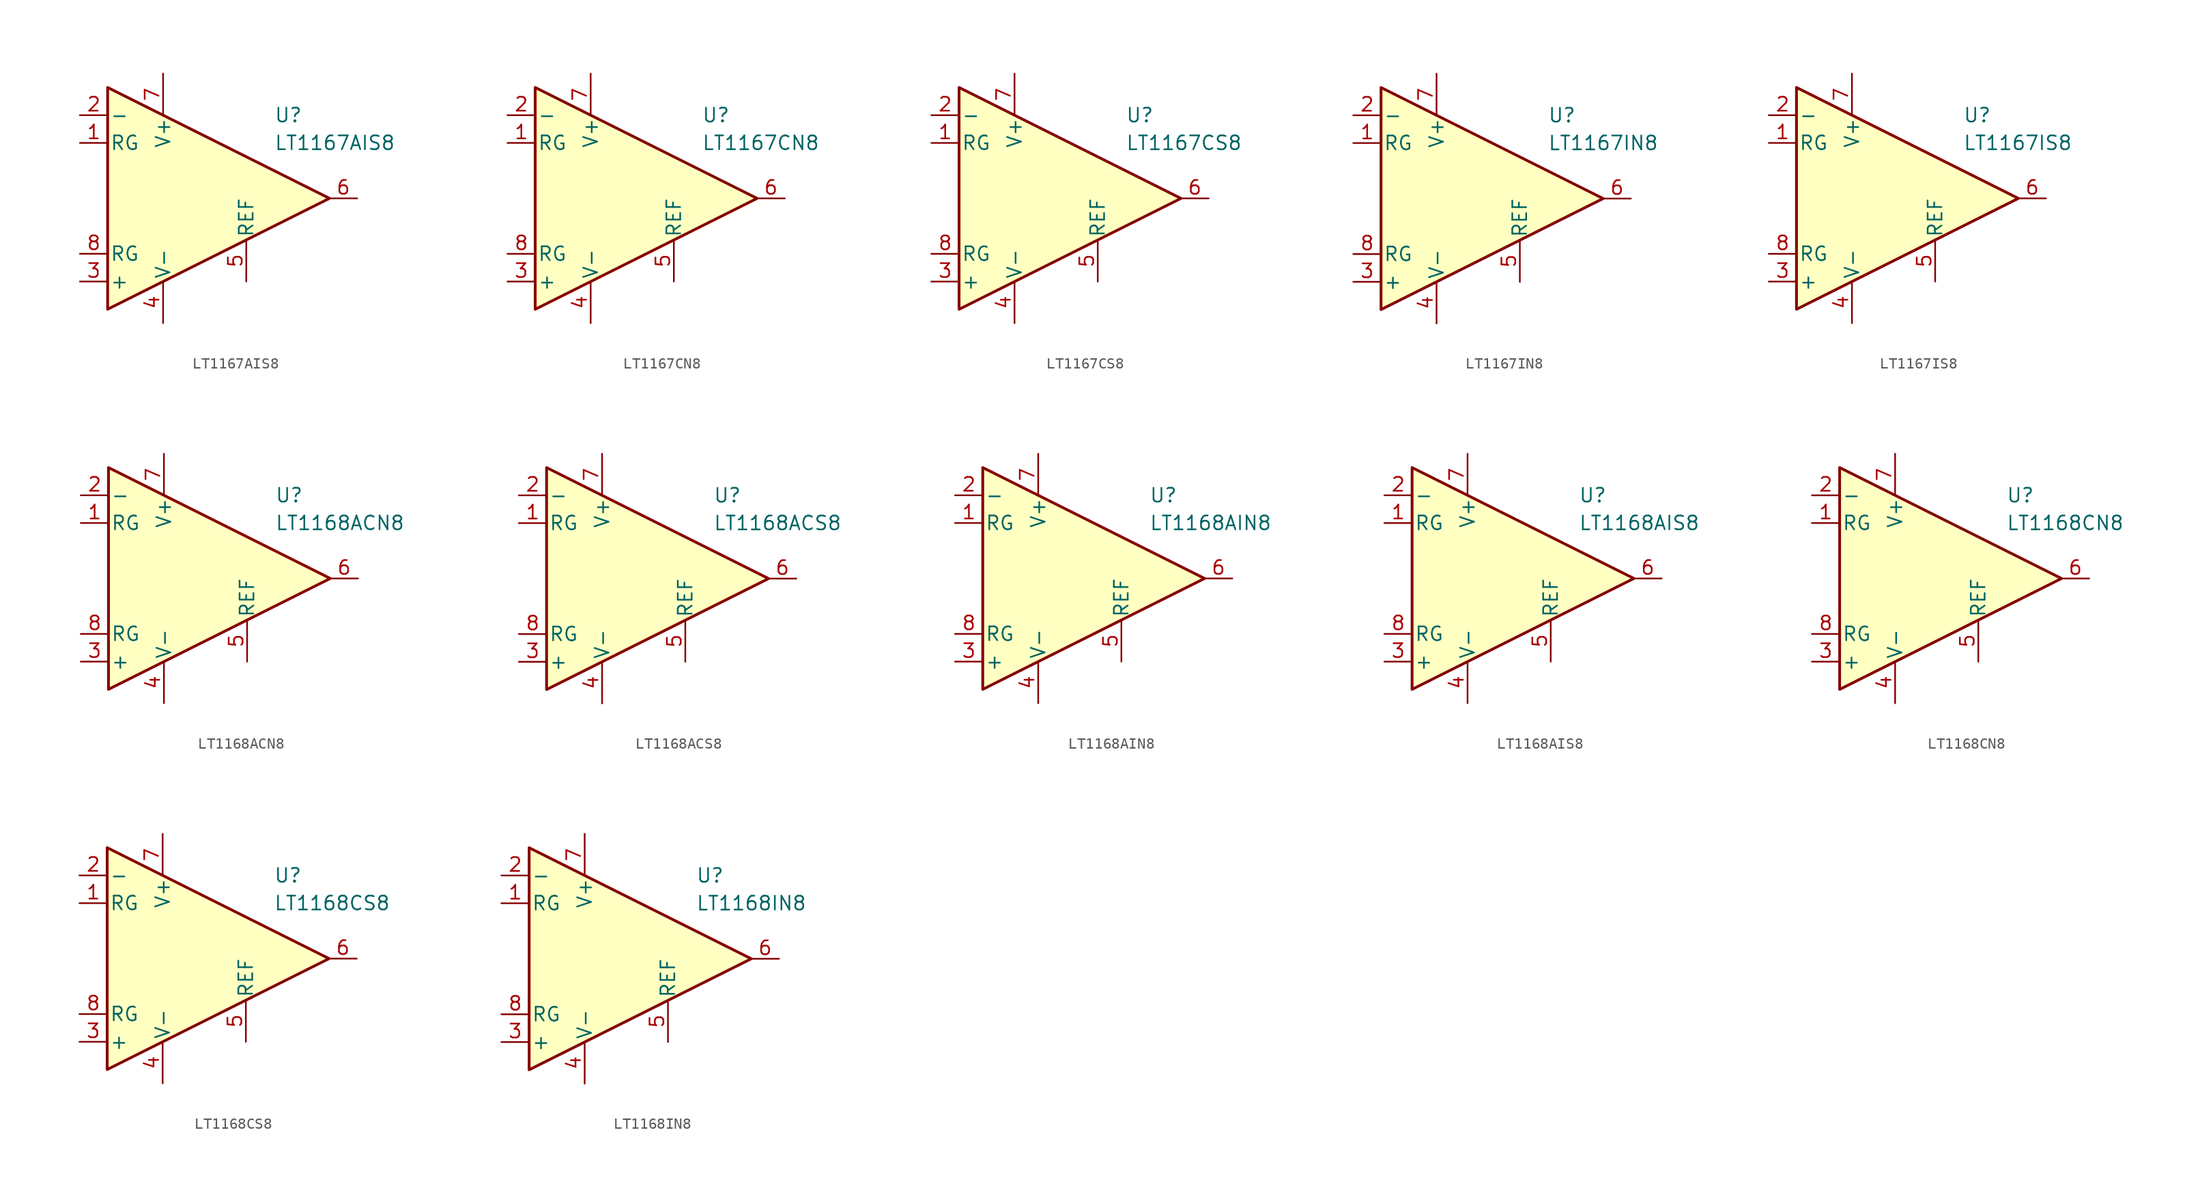
<source format=kicad_sym>
(kicad_symbol_lib
  (version 20211014)
  (generator kicad_symbol_editor)
  (symbol "LT1167AIS8"
    (pin_names
      (offset 0.2))
    (property "Reference" "U"
      (at 6.35 7.62 0)
      (effects (font (size 1.27 1.27)) (justify left)))
    (property "Value" "LT1167AIS8"
      (at 6.35 5.08 0)
      (effects (font (size 1.27 1.27)) (justify left)))
    (symbol "LT1167AIS8_0_1"
      (polyline (pts (xy -8.89 10.16) (xy -8.89 -10.16) (xy 11.43 0) (xy -8.89 10.16)) (stroke (width 0.254) (type default) (color 0 0 0 0)) (fill (type background))))
    (symbol "LT1167AIS8_1_1"
      (pin passive line (at -11.43 5.08 0) (length 2.54) (name "RG" (effects (font (size 1.27 1.27)))) (number "1" (effects (font (size 1.27 1.27)))))
      (pin input line (at -11.43 7.62 0) (length 2.54) (name "-" (effects (font (size 1.27 1.27)))) (number "2" (effects (font (size 1.27 1.27)))))
      (pin input line (at -11.43 -7.62 0) (length 2.54) (name "+" (effects (font (size 1.27 1.27)))) (number "3" (effects (font (size 1.27 1.27)))))
      (pin power_in line (at -3.81 -11.43 90) (length 3.81) (name "V-" (effects (font (size 1.27 1.27)))) (number "4" (effects (font (size 1.27 1.27)))))
      (pin input line (at 3.81 -7.62 90) (length 3.81) (name "REF" (effects (font (size 1.27 1.27)))) (number "5" (effects (font (size 1.27 1.27)))))
      (pin output line (at 13.97 0 180) (length 2.54) (name "~" (effects (font (size 1.27 1.27)))) (number "6" (effects (font (size 1.27 1.27)))))
      (pin power_in line (at -3.81 11.43 270) (length 3.81) (name "V+" (effects (font (size 1.27 1.27)))) (number "7" (effects (font (size 1.27 1.27)))))
      (pin passive line (at -11.43 -5.08 0) (length 2.54) (name "RG" (effects (font (size 1.27 1.27)))) (number "8" (effects (font (size 1.27 1.27)))))))
  (symbol "LT1167CN8"
    (pin_names
      (offset 0.2))
    (property "Reference" "U"
      (at 6.35 7.62 0)
      (effects (font (size 1.27 1.27)) (justify left)))
    (property "Value" "LT1167CN8"
      (at 6.35 5.08 0)
      (effects (font (size 1.27 1.27)) (justify left)))
    (symbol "LT1167CN8_0_1"
      (polyline (pts (xy -8.89 10.16) (xy -8.89 -10.16) (xy 11.43 0) (xy -8.89 10.16)) (stroke (width 0.254) (type default) (color 0 0 0 0)) (fill (type background))))
    (symbol "LT1167CN8_1_1"
      (pin passive line (at -11.43 5.08 0) (length 2.54) (name "RG" (effects (font (size 1.27 1.27)))) (number "1" (effects (font (size 1.27 1.27)))))
      (pin input line (at -11.43 7.62 0) (length 2.54) (name "-" (effects (font (size 1.27 1.27)))) (number "2" (effects (font (size 1.27 1.27)))))
      (pin input line (at -11.43 -7.62 0) (length 2.54) (name "+" (effects (font (size 1.27 1.27)))) (number "3" (effects (font (size 1.27 1.27)))))
      (pin power_in line (at -3.81 -11.43 90) (length 3.81) (name "V-" (effects (font (size 1.27 1.27)))) (number "4" (effects (font (size 1.27 1.27)))))
      (pin input line (at 3.81 -7.62 90) (length 3.81) (name "REF" (effects (font (size 1.27 1.27)))) (number "5" (effects (font (size 1.27 1.27)))))
      (pin output line (at 13.97 0 180) (length 2.54) (name "~" (effects (font (size 1.27 1.27)))) (number "6" (effects (font (size 1.27 1.27)))))
      (pin power_in line (at -3.81 11.43 270) (length 3.81) (name "V+" (effects (font (size 1.27 1.27)))) (number "7" (effects (font (size 1.27 1.27)))))
      (pin passive line (at -11.43 -5.08 0) (length 2.54) (name "RG" (effects (font (size 1.27 1.27)))) (number "8" (effects (font (size 1.27 1.27)))))))
  (symbol "LT1167CS8"
    (pin_names
      (offset 0.2))
    (property "Reference" "U"
      (at 6.35 7.62 0)
      (effects (font (size 1.27 1.27)) (justify left)))
    (property "Value" "LT1167CS8"
      (at 6.35 5.08 0)
      (effects (font (size 1.27 1.27)) (justify left)))
    (symbol "LT1167CS8_0_1"
      (polyline (pts (xy -8.89 10.16) (xy -8.89 -10.16) (xy 11.43 0) (xy -8.89 10.16)) (stroke (width 0.254) (type default) (color 0 0 0 0)) (fill (type background))))
    (symbol "LT1167CS8_1_1"
      (pin passive line (at -11.43 5.08 0) (length 2.54) (name "RG" (effects (font (size 1.27 1.27)))) (number "1" (effects (font (size 1.27 1.27)))))
      (pin input line (at -11.43 7.62 0) (length 2.54) (name "-" (effects (font (size 1.27 1.27)))) (number "2" (effects (font (size 1.27 1.27)))))
      (pin input line (at -11.43 -7.62 0) (length 2.54) (name "+" (effects (font (size 1.27 1.27)))) (number "3" (effects (font (size 1.27 1.27)))))
      (pin power_in line (at -3.81 -11.43 90) (length 3.81) (name "V-" (effects (font (size 1.27 1.27)))) (number "4" (effects (font (size 1.27 1.27)))))
      (pin input line (at 3.81 -7.62 90) (length 3.81) (name "REF" (effects (font (size 1.27 1.27)))) (number "5" (effects (font (size 1.27 1.27)))))
      (pin output line (at 13.97 0 180) (length 2.54) (name "~" (effects (font (size 1.27 1.27)))) (number "6" (effects (font (size 1.27 1.27)))))
      (pin power_in line (at -3.81 11.43 270) (length 3.81) (name "V+" (effects (font (size 1.27 1.27)))) (number "7" (effects (font (size 1.27 1.27)))))
      (pin passive line (at -11.43 -5.08 0) (length 2.54) (name "RG" (effects (font (size 1.27 1.27)))) (number "8" (effects (font (size 1.27 1.27)))))))
  (symbol "LT1167IN8"
    (pin_names
      (offset 0.2))
    (property "Reference" "U"
      (at 6.35 7.62 0)
      (effects (font (size 1.27 1.27)) (justify left)))
    (property "Value" "LT1167IN8"
      (at 6.35 5.08 0)
      (effects (font (size 1.27 1.27)) (justify left)))
    (symbol "LT1167IN8_0_1"
      (polyline (pts (xy -8.89 10.16) (xy -8.89 -10.16) (xy 11.43 0) (xy -8.89 10.16)) (stroke (width 0.254) (type default) (color 0 0 0 0)) (fill (type background))))
    (symbol "LT1167IN8_1_1"
      (pin passive line (at -11.43 5.08 0) (length 2.54) (name "RG" (effects (font (size 1.27 1.27)))) (number "1" (effects (font (size 1.27 1.27)))))
      (pin input line (at -11.43 7.62 0) (length 2.54) (name "-" (effects (font (size 1.27 1.27)))) (number "2" (effects (font (size 1.27 1.27)))))
      (pin input line (at -11.43 -7.62 0) (length 2.54) (name "+" (effects (font (size 1.27 1.27)))) (number "3" (effects (font (size 1.27 1.27)))))
      (pin power_in line (at -3.81 -11.43 90) (length 3.81) (name "V-" (effects (font (size 1.27 1.27)))) (number "4" (effects (font (size 1.27 1.27)))))
      (pin input line (at 3.81 -7.62 90) (length 3.81) (name "REF" (effects (font (size 1.27 1.27)))) (number "5" (effects (font (size 1.27 1.27)))))
      (pin output line (at 13.97 0 180) (length 2.54) (name "~" (effects (font (size 1.27 1.27)))) (number "6" (effects (font (size 1.27 1.27)))))
      (pin power_in line (at -3.81 11.43 270) (length 3.81) (name "V+" (effects (font (size 1.27 1.27)))) (number "7" (effects (font (size 1.27 1.27)))))
      (pin passive line (at -11.43 -5.08 0) (length 2.54) (name "RG" (effects (font (size 1.27 1.27)))) (number "8" (effects (font (size 1.27 1.27)))))))
  (symbol "LT1167IS8"
    (pin_names
      (offset 0.2))
    (property "Reference" "U"
      (at 6.35 7.62 0)
      (effects (font (size 1.27 1.27)) (justify left)))
    (property "Value" "LT1167IS8"
      (at 6.35 5.08 0)
      (effects (font (size 1.27 1.27)) (justify left)))
    (symbol "LT1167IS8_0_1"
      (polyline (pts (xy -8.89 10.16) (xy -8.89 -10.16) (xy 11.43 0) (xy -8.89 10.16)) (stroke (width 0.254) (type default) (color 0 0 0 0)) (fill (type background))))
    (symbol "LT1167IS8_1_1"
      (pin passive line (at -11.43 5.08 0) (length 2.54) (name "RG" (effects (font (size 1.27 1.27)))) (number "1" (effects (font (size 1.27 1.27)))))
      (pin input line (at -11.43 7.62 0) (length 2.54) (name "-" (effects (font (size 1.27 1.27)))) (number "2" (effects (font (size 1.27 1.27)))))
      (pin input line (at -11.43 -7.62 0) (length 2.54) (name "+" (effects (font (size 1.27 1.27)))) (number "3" (effects (font (size 1.27 1.27)))))
      (pin power_in line (at -3.81 -11.43 90) (length 3.81) (name "V-" (effects (font (size 1.27 1.27)))) (number "4" (effects (font (size 1.27 1.27)))))
      (pin input line (at 3.81 -7.62 90) (length 3.81) (name "REF" (effects (font (size 1.27 1.27)))) (number "5" (effects (font (size 1.27 1.27)))))
      (pin output line (at 13.97 0 180) (length 2.54) (name "~" (effects (font (size 1.27 1.27)))) (number "6" (effects (font (size 1.27 1.27)))))
      (pin power_in line (at -3.81 11.43 270) (length 3.81) (name "V+" (effects (font (size 1.27 1.27)))) (number "7" (effects (font (size 1.27 1.27)))))
      (pin passive line (at -11.43 -5.08 0) (length 2.54) (name "RG" (effects (font (size 1.27 1.27)))) (number "8" (effects (font (size 1.27 1.27)))))))
  (symbol "LT1168ACN8"
    (pin_names
      (offset 0.2))
    (property "Reference" "U"
      (at 6.35 7.62 0)
      (effects (font (size 1.27 1.27)) (justify left)))
    (property "Value" "LT1168ACN8"
      (at 6.35 5.08 0)
      (effects (font (size 1.27 1.27)) (justify left)))
    (symbol "LT1168ACN8_0_1"
      (polyline (pts (xy -8.89 10.16) (xy -8.89 -10.16) (xy 11.43 0) (xy -8.89 10.16)) (stroke (width 0.254) (type default) (color 0 0 0 0)) (fill (type background))))
    (symbol "LT1168ACN8_1_1"
      (pin passive line (at -11.43 5.08 0) (length 2.54) (name "RG" (effects (font (size 1.27 1.27)))) (number "1" (effects (font (size 1.27 1.27)))))
      (pin input line (at -11.43 7.62 0) (length 2.54) (name "-" (effects (font (size 1.27 1.27)))) (number "2" (effects (font (size 1.27 1.27)))))
      (pin input line (at -11.43 -7.62 0) (length 2.54) (name "+" (effects (font (size 1.27 1.27)))) (number "3" (effects (font (size 1.27 1.27)))))
      (pin power_in line (at -3.81 -11.43 90) (length 3.81) (name "V-" (effects (font (size 1.27 1.27)))) (number "4" (effects (font (size 1.27 1.27)))))
      (pin input line (at 3.81 -7.62 90) (length 3.81) (name "REF" (effects (font (size 1.27 1.27)))) (number "5" (effects (font (size 1.27 1.27)))))
      (pin output line (at 13.97 0 180) (length 2.54) (name "~" (effects (font (size 1.27 1.27)))) (number "6" (effects (font (size 1.27 1.27)))))
      (pin power_in line (at -3.81 11.43 270) (length 3.81) (name "V+" (effects (font (size 1.27 1.27)))) (number "7" (effects (font (size 1.27 1.27)))))
      (pin passive line (at -11.43 -5.08 0) (length 2.54) (name "RG" (effects (font (size 1.27 1.27)))) (number "8" (effects (font (size 1.27 1.27)))))))
  (symbol "LT1168ACS8"
    (pin_names
      (offset 0.2))
    (property "Reference" "U"
      (at 6.35 7.62 0)
      (effects (font (size 1.27 1.27)) (justify left)))
    (property "Value" "LT1168ACS8"
      (at 6.35 5.08 0)
      (effects (font (size 1.27 1.27)) (justify left)))
    (symbol "LT1168ACS8_0_1"
      (polyline (pts (xy -8.89 10.16) (xy -8.89 -10.16) (xy 11.43 0) (xy -8.89 10.16)) (stroke (width 0.254) (type default) (color 0 0 0 0)) (fill (type background))))
    (symbol "LT1168ACS8_1_1"
      (pin passive line (at -11.43 5.08 0) (length 2.54) (name "RG" (effects (font (size 1.27 1.27)))) (number "1" (effects (font (size 1.27 1.27)))))
      (pin input line (at -11.43 7.62 0) (length 2.54) (name "-" (effects (font (size 1.27 1.27)))) (number "2" (effects (font (size 1.27 1.27)))))
      (pin input line (at -11.43 -7.62 0) (length 2.54) (name "+" (effects (font (size 1.27 1.27)))) (number "3" (effects (font (size 1.27 1.27)))))
      (pin power_in line (at -3.81 -11.43 90) (length 3.81) (name "V-" (effects (font (size 1.27 1.27)))) (number "4" (effects (font (size 1.27 1.27)))))
      (pin input line (at 3.81 -7.62 90) (length 3.81) (name "REF" (effects (font (size 1.27 1.27)))) (number "5" (effects (font (size 1.27 1.27)))))
      (pin output line (at 13.97 0 180) (length 2.54) (name "~" (effects (font (size 1.27 1.27)))) (number "6" (effects (font (size 1.27 1.27)))))
      (pin power_in line (at -3.81 11.43 270) (length 3.81) (name "V+" (effects (font (size 1.27 1.27)))) (number "7" (effects (font (size 1.27 1.27)))))
      (pin passive line (at -11.43 -5.08 0) (length 2.54) (name "RG" (effects (font (size 1.27 1.27)))) (number "8" (effects (font (size 1.27 1.27)))))))
  (symbol "LT1168AIN8"
    (pin_names
      (offset 0.2))
    (property "Reference" "U"
      (at 6.35 7.62 0)
      (effects (font (size 1.27 1.27)) (justify left)))
    (property "Value" "LT1168AIN8"
      (at 6.35 5.08 0)
      (effects (font (size 1.27 1.27)) (justify left)))
    (symbol "LT1168AIN8_0_1"
      (polyline (pts (xy -8.89 10.16) (xy -8.89 -10.16) (xy 11.43 0) (xy -8.89 10.16)) (stroke (width 0.254) (type default) (color 0 0 0 0)) (fill (type background))))
    (symbol "LT1168AIN8_1_1"
      (pin passive line (at -11.43 5.08 0) (length 2.54) (name "RG" (effects (font (size 1.27 1.27)))) (number "1" (effects (font (size 1.27 1.27)))))
      (pin input line (at -11.43 7.62 0) (length 2.54) (name "-" (effects (font (size 1.27 1.27)))) (number "2" (effects (font (size 1.27 1.27)))))
      (pin input line (at -11.43 -7.62 0) (length 2.54) (name "+" (effects (font (size 1.27 1.27)))) (number "3" (effects (font (size 1.27 1.27)))))
      (pin power_in line (at -3.81 -11.43 90) (length 3.81) (name "V-" (effects (font (size 1.27 1.27)))) (number "4" (effects (font (size 1.27 1.27)))))
      (pin input line (at 3.81 -7.62 90) (length 3.81) (name "REF" (effects (font (size 1.27 1.27)))) (number "5" (effects (font (size 1.27 1.27)))))
      (pin output line (at 13.97 0 180) (length 2.54) (name "~" (effects (font (size 1.27 1.27)))) (number "6" (effects (font (size 1.27 1.27)))))
      (pin power_in line (at -3.81 11.43 270) (length 3.81) (name "V+" (effects (font (size 1.27 1.27)))) (number "7" (effects (font (size 1.27 1.27)))))
      (pin passive line (at -11.43 -5.08 0) (length 2.54) (name "RG" (effects (font (size 1.27 1.27)))) (number "8" (effects (font (size 1.27 1.27)))))))
  (symbol "LT1168AIS8"
    (pin_names
      (offset 0.2))
    (property "Reference" "U"
      (at 6.35 7.62 0)
      (effects (font (size 1.27 1.27)) (justify left)))
    (property "Value" "LT1168AIS8"
      (at 6.35 5.08 0)
      (effects (font (size 1.27 1.27)) (justify left)))
    (symbol "LT1168AIS8_0_1"
      (polyline (pts (xy -8.89 10.16) (xy -8.89 -10.16) (xy 11.43 0) (xy -8.89 10.16)) (stroke (width 0.254) (type default) (color 0 0 0 0)) (fill (type background))))
    (symbol "LT1168AIS8_1_1"
      (pin passive line (at -11.43 5.08 0) (length 2.54) (name "RG" (effects (font (size 1.27 1.27)))) (number "1" (effects (font (size 1.27 1.27)))))
      (pin input line (at -11.43 7.62 0) (length 2.54) (name "-" (effects (font (size 1.27 1.27)))) (number "2" (effects (font (size 1.27 1.27)))))
      (pin input line (at -11.43 -7.62 0) (length 2.54) (name "+" (effects (font (size 1.27 1.27)))) (number "3" (effects (font (size 1.27 1.27)))))
      (pin power_in line (at -3.81 -11.43 90) (length 3.81) (name "V-" (effects (font (size 1.27 1.27)))) (number "4" (effects (font (size 1.27 1.27)))))
      (pin input line (at 3.81 -7.62 90) (length 3.81) (name "REF" (effects (font (size 1.27 1.27)))) (number "5" (effects (font (size 1.27 1.27)))))
      (pin output line (at 13.97 0 180) (length 2.54) (name "~" (effects (font (size 1.27 1.27)))) (number "6" (effects (font (size 1.27 1.27)))))
      (pin power_in line (at -3.81 11.43 270) (length 3.81) (name "V+" (effects (font (size 1.27 1.27)))) (number "7" (effects (font (size 1.27 1.27)))))
      (pin passive line (at -11.43 -5.08 0) (length 2.54) (name "RG" (effects (font (size 1.27 1.27)))) (number "8" (effects (font (size 1.27 1.27)))))))
  (symbol "LT1168CN8"
    (pin_names
      (offset 0.2))
    (property "Reference" "U"
      (at 6.35 7.62 0)
      (effects (font (size 1.27 1.27)) (justify left)))
    (property "Value" "LT1168CN8"
      (at 6.35 5.08 0)
      (effects (font (size 1.27 1.27)) (justify left)))
    (symbol "LT1168CN8_0_1"
      (polyline (pts (xy -8.89 10.16) (xy -8.89 -10.16) (xy 11.43 0) (xy -8.89 10.16)) (stroke (width 0.254) (type default) (color 0 0 0 0)) (fill (type background))))
    (symbol "LT1168CN8_1_1"
      (pin passive line (at -11.43 5.08 0) (length 2.54) (name "RG" (effects (font (size 1.27 1.27)))) (number "1" (effects (font (size 1.27 1.27)))))
      (pin input line (at -11.43 7.62 0) (length 2.54) (name "-" (effects (font (size 1.27 1.27)))) (number "2" (effects (font (size 1.27 1.27)))))
      (pin input line (at -11.43 -7.62 0) (length 2.54) (name "+" (effects (font (size 1.27 1.27)))) (number "3" (effects (font (size 1.27 1.27)))))
      (pin power_in line (at -3.81 -11.43 90) (length 3.81) (name "V-" (effects (font (size 1.27 1.27)))) (number "4" (effects (font (size 1.27 1.27)))))
      (pin input line (at 3.81 -7.62 90) (length 3.81) (name "REF" (effects (font (size 1.27 1.27)))) (number "5" (effects (font (size 1.27 1.27)))))
      (pin output line (at 13.97 0 180) (length 2.54) (name "~" (effects (font (size 1.27 1.27)))) (number "6" (effects (font (size 1.27 1.27)))))
      (pin power_in line (at -3.81 11.43 270) (length 3.81) (name "V+" (effects (font (size 1.27 1.27)))) (number "7" (effects (font (size 1.27 1.27)))))
      (pin passive line (at -11.43 -5.08 0) (length 2.54) (name "RG" (effects (font (size 1.27 1.27)))) (number "8" (effects (font (size 1.27 1.27)))))))
  (symbol "LT1168CS8"
    (pin_names
      (offset 0.2))
    (property "Reference" "U"
      (at 6.35 7.62 0)
      (effects (font (size 1.27 1.27)) (justify left)))
    (property "Value" "LT1168CS8"
      (at 6.35 5.08 0)
      (effects (font (size 1.27 1.27)) (justify left)))
    (symbol "LT1168CS8_0_1"
      (polyline (pts (xy -8.89 10.16) (xy -8.89 -10.16) (xy 11.43 0) (xy -8.89 10.16)) (stroke (width 0.254) (type default) (color 0 0 0 0)) (fill (type background))))
    (symbol "LT1168CS8_1_1"
      (pin passive line (at -11.43 5.08 0) (length 2.54) (name "RG" (effects (font (size 1.27 1.27)))) (number "1" (effects (font (size 1.27 1.27)))))
      (pin input line (at -11.43 7.62 0) (length 2.54) (name "-" (effects (font (size 1.27 1.27)))) (number "2" (effects (font (size 1.27 1.27)))))
      (pin input line (at -11.43 -7.62 0) (length 2.54) (name "+" (effects (font (size 1.27 1.27)))) (number "3" (effects (font (size 1.27 1.27)))))
      (pin power_in line (at -3.81 -11.43 90) (length 3.81) (name "V-" (effects (font (size 1.27 1.27)))) (number "4" (effects (font (size 1.27 1.27)))))
      (pin input line (at 3.81 -7.62 90) (length 3.81) (name "REF" (effects (font (size 1.27 1.27)))) (number "5" (effects (font (size 1.27 1.27)))))
      (pin output line (at 13.97 0 180) (length 2.54) (name "~" (effects (font (size 1.27 1.27)))) (number "6" (effects (font (size 1.27 1.27)))))
      (pin power_in line (at -3.81 11.43 270) (length 3.81) (name "V+" (effects (font (size 1.27 1.27)))) (number "7" (effects (font (size 1.27 1.27)))))
      (pin passive line (at -11.43 -5.08 0) (length 2.54) (name "RG" (effects (font (size 1.27 1.27)))) (number "8" (effects (font (size 1.27 1.27)))))))
  (symbol "LT1168IN8"
    (pin_names
      (offset 0.2))
    (property "Reference" "U"
      (at 6.35 7.62 0)
      (effects (font (size 1.27 1.27)) (justify left)))
    (property "Value" "LT1168IN8"
      (at 6.35 5.08 0)
      (effects (font (size 1.27 1.27)) (justify left)))
    (symbol "LT1168IN8_0_1"
      (polyline (pts (xy -8.89 10.16) (xy -8.89 -10.16) (xy 11.43 0) (xy -8.89 10.16)) (stroke (width 0.254) (type default) (color 0 0 0 0)) (fill (type background))))
    (symbol "LT1168IN8_1_1"
      (pin passive line (at -11.43 5.08 0) (length 2.54) (name "RG" (effects (font (size 1.27 1.27)))) (number "1" (effects (font (size 1.27 1.27)))))
      (pin input line (at -11.43 7.62 0) (length 2.54) (name "-" (effects (font (size 1.27 1.27)))) (number "2" (effects (font (size 1.27 1.27)))))
      (pin input line (at -11.43 -7.62 0) (length 2.54) (name "+" (effects (font (size 1.27 1.27)))) (number "3" (effects (font (size 1.27 1.27)))))
      (pin power_in line (at -3.81 -11.43 90) (length 3.81) (name "V-" (effects (font (size 1.27 1.27)))) (number "4" (effects (font (size 1.27 1.27)))))
      (pin input line (at 3.81 -7.62 90) (length 3.81) (name "REF" (effects (font (size 1.27 1.27)))) (number "5" (effects (font (size 1.27 1.27)))))
      (pin output line (at 13.97 0 180) (length 2.54) (name "~" (effects (font (size 1.27 1.27)))) (number "6" (effects (font (size 1.27 1.27)))))
      (pin power_in line (at -3.81 11.43 270) (length 3.81) (name "V+" (effects (font (size 1.27 1.27)))) (number "7" (effects (font (size 1.27 1.27)))))
      (pin passive line (at -11.43 -5.08 0) (length 2.54) (name "RG" (effects (font (size 1.27 1.27)))) (number "8" (effects (font (size 1.27 1.27))))))))
</source>
